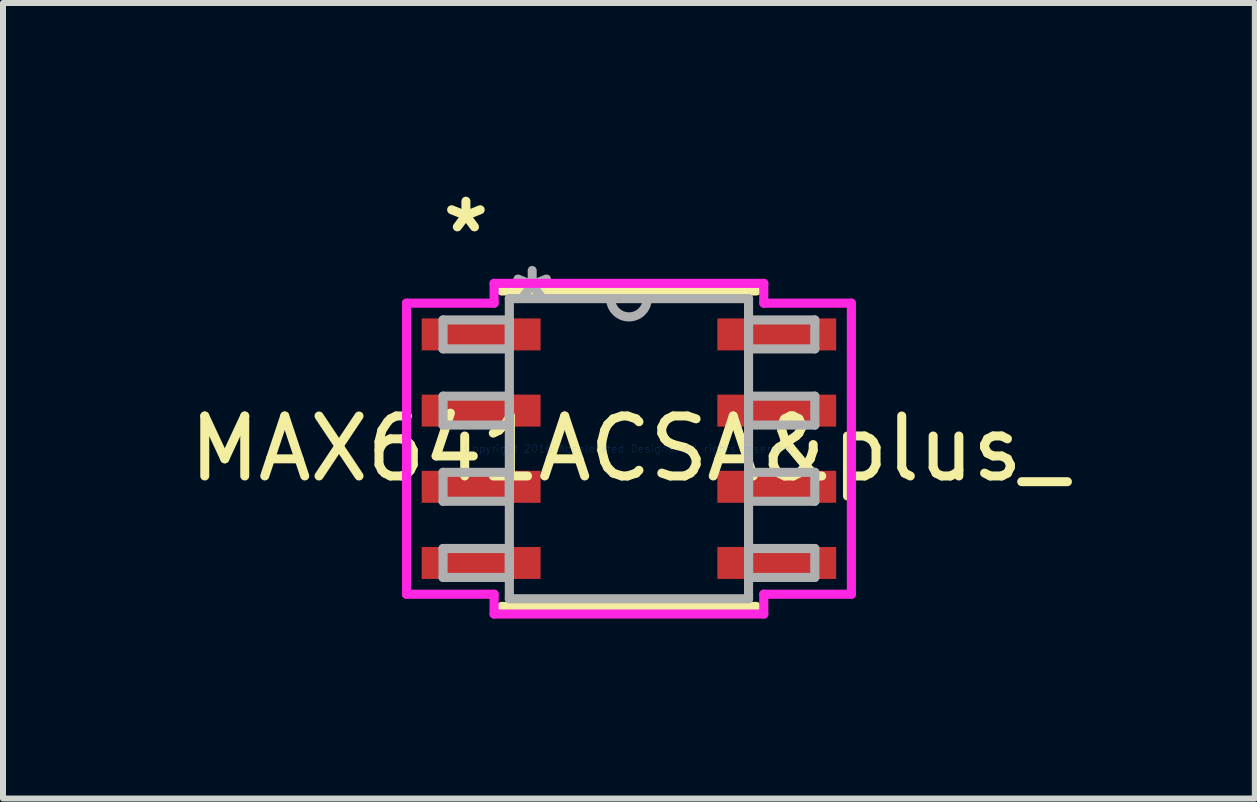
<source format=kicad_pcb>
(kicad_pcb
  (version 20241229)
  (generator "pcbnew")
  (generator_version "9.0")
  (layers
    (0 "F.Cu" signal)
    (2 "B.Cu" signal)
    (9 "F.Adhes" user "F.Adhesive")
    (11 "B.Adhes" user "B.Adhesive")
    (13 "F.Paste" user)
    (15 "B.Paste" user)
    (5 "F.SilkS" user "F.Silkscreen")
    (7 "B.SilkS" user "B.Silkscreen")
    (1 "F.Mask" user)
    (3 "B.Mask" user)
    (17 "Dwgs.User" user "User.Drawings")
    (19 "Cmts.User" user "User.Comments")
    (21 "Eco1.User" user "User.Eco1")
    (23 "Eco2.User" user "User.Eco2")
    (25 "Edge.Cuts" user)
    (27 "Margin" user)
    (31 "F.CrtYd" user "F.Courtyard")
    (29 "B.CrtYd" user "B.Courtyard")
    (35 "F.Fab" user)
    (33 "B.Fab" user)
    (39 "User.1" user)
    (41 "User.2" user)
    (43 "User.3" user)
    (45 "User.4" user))
  (footprint "MAX641ACSA&plus_"
    (layer "F.Cu")
    (at 7.435 4.43)
    (property "Reference" "MAX641ACSA&plus_" (at 0 0 0) (layer "F.SilkS") (effects (font (size 1 1) (thickness 0.15))))
    (attr through_hole)
    (fp_line (start -2.121 2.629) (end 2.121 2.629) (stroke (width 0.152) (type solid)) (layer "F.SilkS"))
    (fp_line (start 2.121 -2.629) (end -2.121 -2.629) (stroke (width 0.152) (type solid)) (layer "F.SilkS"))
    (fp_line (start -3.708 -2.426) (end -2.248 -2.426) (stroke (width 0.152) (type solid)) (layer "F.CrtYd"))
    (fp_line (start -3.708 2.426) (end -3.708 -2.426) (stroke (width 0.152) (type solid)) (layer "F.CrtYd"))
    (fp_line (start -2.248 -2.756) (end 2.248 -2.756) (stroke (width 0.152) (type solid)) (layer "F.CrtYd"))
    (fp_line (start -2.248 -2.426) (end -2.248 -2.756) (stroke (width 0.152) (type solid)) (layer "F.CrtYd"))
    (fp_line (start -2.248 2.426) (end -3.708 2.426) (stroke (width 0.152) (type solid)) (layer "F.CrtYd"))
    (fp_line (start -2.248 2.756) (end -2.248 2.426) (stroke (width 0.152) (type solid)) (layer "F.CrtYd"))
    (fp_line (start 2.248 -2.756) (end 2.248 -2.426) (stroke (width 0.152) (type solid)) (layer "F.CrtYd"))
    (fp_line (start 2.248 -2.426) (end 3.708 -2.426) (stroke (width 0.152) (type solid)) (layer "F.CrtYd"))
    (fp_line (start 2.248 2.426) (end 2.248 2.756) (stroke (width 0.152) (type solid)) (layer "F.CrtYd"))
    (fp_line (start 2.248 2.756) (end -2.248 2.756) (stroke (width 0.152) (type solid)) (layer "F.CrtYd"))
    (fp_line (start 3.708 -2.426) (end 3.708 2.426) (stroke (width 0.152) (type solid)) (layer "F.CrtYd"))
    (fp_line (start 3.708 2.426) (end 2.248 2.426) (stroke (width 0.152) (type solid)) (layer "F.CrtYd"))
    (fp_line (start -3.099 -2.146) (end -3.099 -1.664) (stroke (width 0.152) (type solid)) (layer "F.Fab"))
    (fp_line (start -3.099 -1.664) (end -1.994 -1.664) (stroke (width 0.152) (type solid)) (layer "F.Fab"))
    (fp_line (start -3.099 -0.876) (end -3.099 -0.394) (stroke (width 0.152) (type solid)) (layer "F.Fab"))
    (fp_line (start -3.099 -0.394) (end -1.994 -0.394) (stroke (width 0.152) (type solid)) (layer "F.Fab"))
    (fp_line (start -3.099 0.394) (end -3.099 0.876) (stroke (width 0.152) (type solid)) (layer "F.Fab"))
    (fp_line (start -3.099 0.876) (end -1.994 0.876) (stroke (width 0.152) (type solid)) (layer "F.Fab"))
    (fp_line (start -3.099 1.664) (end -3.099 2.146) (stroke (width 0.152) (type solid)) (layer "F.Fab"))
    (fp_line (start -3.099 2.146) (end -1.994 2.146) (stroke (width 0.152) (type solid)) (layer "F.Fab"))
    (fp_line (start -1.994 -2.502) (end -1.994 2.502) (stroke (width 0.152) (type solid)) (layer "F.Fab"))
    (fp_line (start -1.994 -2.146) (end -3.099 -2.146) (stroke (width 0.152) (type solid)) (layer "F.Fab"))
    (fp_line (start -1.994 -1.664) (end -1.994 -2.146) (stroke (width 0.152) (type solid)) (layer "F.Fab"))
    (fp_line (start -1.994 -0.876) (end -3.099 -0.876) (stroke (width 0.152) (type solid)) (layer "F.Fab"))
    (fp_line (start -1.994 -0.394) (end -1.994 -0.876) (stroke (width 0.152) (type solid)) (layer "F.Fab"))
    (fp_line (start -1.994 0.394) (end -3.099 0.394) (stroke (width 0.152) (type solid)) (layer "F.Fab"))
    (fp_line (start -1.994 0.876) (end -1.994 0.394) (stroke (width 0.152) (type solid)) (layer "F.Fab"))
    (fp_line (start -1.994 1.664) (end -3.099 1.664) (stroke (width 0.152) (type solid)) (layer "F.Fab"))
    (fp_line (start -1.994 2.146) (end -1.994 1.664) (stroke (width 0.152) (type solid)) (layer "F.Fab"))
    (fp_line (start -1.994 2.502) (end 1.994 2.502) (stroke (width 0.152) (type solid)) (layer "F.Fab"))
    (fp_line (start 1.994 -2.502) (end -1.994 -2.502) (stroke (width 0.152) (type solid)) (layer "F.Fab"))
    (fp_line (start 1.994 -2.146) (end 1.994 -1.664) (stroke (width 0.152) (type solid)) (layer "F.Fab"))
    (fp_line (start 1.994 -1.664) (end 3.099 -1.664) (stroke (width 0.152) (type solid)) (layer "F.Fab"))
    (fp_line (start 1.994 -0.876) (end 1.994 -0.394) (stroke (width 0.152) (type solid)) (layer "F.Fab"))
    (fp_line (start 1.994 -0.394) (end 3.099 -0.394) (stroke (width 0.152) (type solid)) (layer "F.Fab"))
    (fp_line (start 1.994 0.394) (end 1.994 0.876) (stroke (width 0.152) (type solid)) (layer "F.Fab"))
    (fp_line (start 1.994 0.876) (end 3.099 0.876) (stroke (width 0.152) (type solid)) (layer "F.Fab"))
    (fp_line (start 1.994 1.664) (end 1.994 2.146) (stroke (width 0.152) (type solid)) (layer "F.Fab"))
    (fp_line (start 1.994 2.146) (end 3.099 2.146) (stroke (width 0.152) (type solid)) (layer "F.Fab"))
    (fp_line (start 1.994 2.502) (end 1.994 -2.502) (stroke (width 0.152) (type solid)) (layer "F.Fab"))
    (fp_line (start 3.099 -2.146) (end 1.994 -2.146) (stroke (width 0.152) (type solid)) (layer "F.Fab"))
    (fp_line (start 3.099 -1.664) (end 3.099 -2.146) (stroke (width 0.152) (type solid)) (layer "F.Fab"))
    (fp_line (start 3.099 -0.876) (end 1.994 -0.876) (stroke (width 0.152) (type solid)) (layer "F.Fab"))
    (fp_line (start 3.099 -0.394) (end 3.099 -0.876) (stroke (width 0.152) (type solid)) (layer "F.Fab"))
    (fp_line (start 3.099 0.394) (end 1.994 0.394) (stroke (width 0.152) (type solid)) (layer "F.Fab"))
    (fp_line (start 3.099 0.876) (end 3.099 0.394) (stroke (width 0.152) (type solid)) (layer "F.Fab"))
    (fp_line (start 3.099 1.664) (end 1.994 1.664) (stroke (width 0.152) (type solid)) (layer "F.Fab"))
    (fp_line (start 3.099 2.146) (end 3.099 1.664) (stroke (width 0.152) (type solid)) (layer "F.Fab"))
    (fp_arc (start 0.3048 -2.5019) (mid 0 -2.1971) (end -0.3048 -2.5019) (stroke (width 0.1524) (type solid)) (layer "F.Fab"))
    (fp_text user "*" (at -2.718 -3.581 0) (layer "F.SilkS") (effects (font (size 1 1) (thickness 0.15))))
    (fp_text user "Copyright 2016 Accelerated Designs. All rights reserved." (at 0 0 0) (layer "Cmts.User") (effects (font (size 0.127 0.127) (thickness 0.002))))
    (fp_text user "*" (at -1.613 -2.426 0) (layer "F.Fab") (effects (font (size 1 1) (thickness 0.15))))
    (pad "1" smd rect (at -2.464 -1.905) (size 1.981 0.533) (layers "F.Cu" "F.Mask" "F.Paste"))
    (pad "2" smd rect (at -2.464 -0.635) (size 1.981 0.533) (layers "F.Cu" "F.Mask" "F.Paste"))
    (pad "3" smd rect (at -2.464 0.635) (size 1.981 0.533) (layers "F.Cu" "F.Mask" "F.Paste"))
    (pad "4" smd rect (at -2.464 1.905) (size 1.981 0.533) (layers "F.Cu" "F.Mask" "F.Paste"))
    (pad "5" smd rect (at 2.464 1.905) (size 1.981 0.533) (layers "F.Cu" "F.Mask" "F.Paste"))
    (pad "6" smd rect (at 2.464 0.635) (size 1.981 0.533) (layers "F.Cu" "F.Mask" "F.Paste"))
    (pad "7" smd rect (at 2.464 -0.635) (size 1.981 0.533) (layers "F.Cu" "F.Mask" "F.Paste"))
    (pad "8" smd rect (at 2.464 -1.905) (size 1.981 0.533) (layers "F.Cu" "F.Mask" "F.Paste")))
  (gr_rect
    (start -3 -3)
    (end 17.869 10.262)
    (stroke (width 0.1) (type default))
    (fill no)
    (layer "Edge.Cuts")))
</source>
